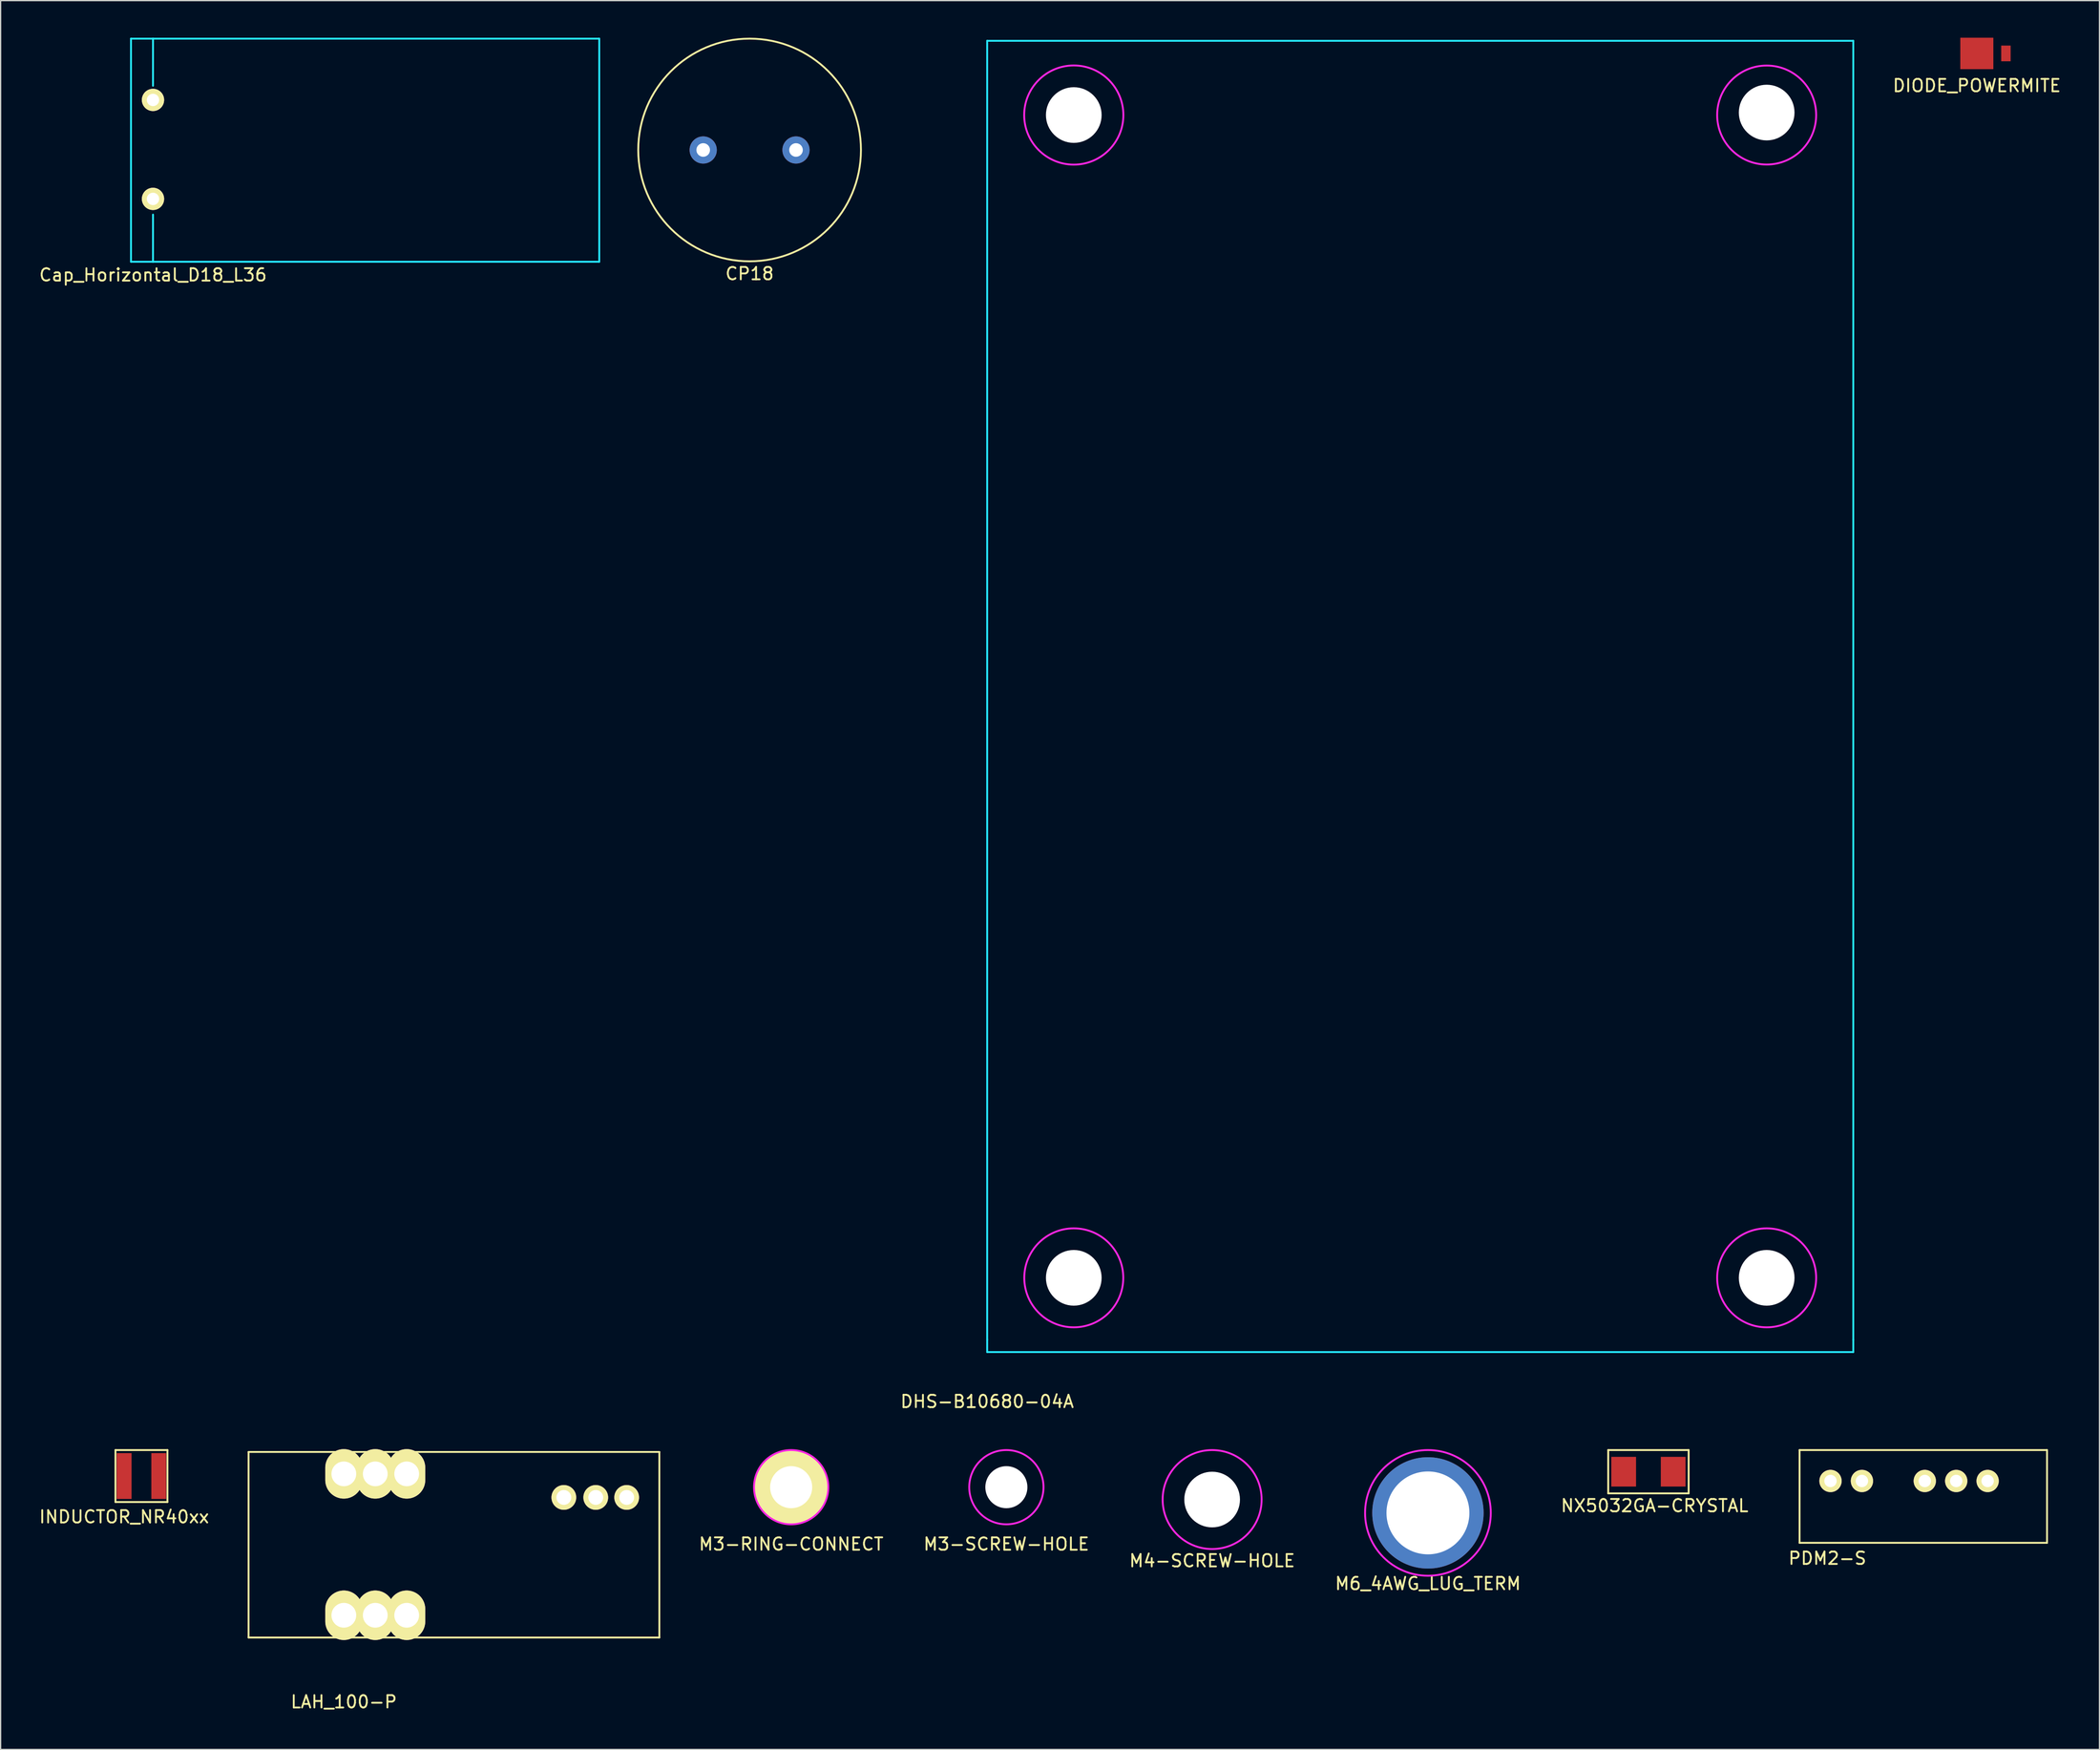
<source format=kicad_pcb>
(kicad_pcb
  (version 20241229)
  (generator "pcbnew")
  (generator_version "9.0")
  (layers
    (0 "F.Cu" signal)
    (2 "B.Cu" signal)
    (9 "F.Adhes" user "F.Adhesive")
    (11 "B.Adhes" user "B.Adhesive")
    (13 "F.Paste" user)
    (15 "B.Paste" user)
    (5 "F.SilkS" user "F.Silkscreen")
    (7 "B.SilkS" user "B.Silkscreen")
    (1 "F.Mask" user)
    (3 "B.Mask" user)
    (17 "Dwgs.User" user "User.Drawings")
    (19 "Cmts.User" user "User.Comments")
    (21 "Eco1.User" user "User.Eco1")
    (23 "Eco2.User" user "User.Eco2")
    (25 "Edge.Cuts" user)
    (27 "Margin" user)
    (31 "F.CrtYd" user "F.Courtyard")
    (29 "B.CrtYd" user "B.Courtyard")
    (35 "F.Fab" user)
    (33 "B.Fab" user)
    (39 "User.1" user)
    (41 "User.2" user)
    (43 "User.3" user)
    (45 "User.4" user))
  (footprint "CP18"
    (layer "F.Cu")
    (at 57.533 9.075)
    (property "Reference" "CP18" (at 0 10 0) (layer "F.SilkS") (effects (font (size 1 1) (thickness 0.15))))
    (attr through_hole)
    (fp_circle (center 0 0) (end 9 0) (stroke (width 0.15) (type solid)) (fill no) (layer "F.SilkS"))
    (pad "1" thru_hole circle (at 3.75 0) (size 2.2 2.2) (drill 1.1) (layers "*.Cu" "*.Mask"))
    (pad "2" thru_hole circle (at -3.75 0) (size 2.2 2.2) (drill 1.1) (layers "*.Cu" "*.Mask")))
  (footprint "PDM2-S"
    (layer "F.Cu")
    (at 144.892 116.673)
    (property "Reference" "PDM2-S" (at -0.25 6.25 0) (layer "F.SilkS") (effects (font (size 1 1) (thickness 0.15))))
    (attr through_hole)
    (fp_line (start -2.5 -2.5) (end 17.5 -2.5) (stroke (width 0.15) (type solid)) (layer "F.SilkS"))
    (fp_line (start -2.5 5) (end -2.5 -2.5) (stroke (width 0.15) (type solid)) (layer "F.SilkS"))
    (fp_line (start 17.5 -2.5) (end 17.5 5) (stroke (width 0.15) (type solid)) (layer "F.SilkS"))
    (fp_line (start 17.5 5) (end -2.5 5) (stroke (width 0.15) (type solid)) (layer "F.SilkS"))
    (pad "1" thru_hole circle (at 0 0) (size 1.8 1.8) (drill 1) (layers "*.Cu" "*.Mask" "F.SilkS"))
    (pad "2" thru_hole circle (at 2.54 0) (size 1.8 1.8) (drill 1) (layers "*.Cu" "*.Mask" "F.SilkS"))
    (pad "4" thru_hole circle (at 7.62 0) (size 1.8 1.8) (drill 1) (layers "*.Cu" "*.Mask" "F.SilkS"))
    (pad "5" thru_hole circle (at 10.16 0) (size 1.8 1.8) (drill 1) (layers "*.Cu" "*.Mask" "F.SilkS"))
    (pad "6" thru_hole circle (at 12.7 0) (size 1.8 1.8) (drill 1) (layers "*.Cu" "*.Mask" "F.SilkS")))
  (footprint "NX5032GA-CRYSTAL"
    (layer "F.Cu")
    (at 130.177 115.923)
    (property "Reference" "NX5032GA-CRYSTAL" (at 0.5 2.75 0) (layer "F.SilkS") (effects (font (size 1 1) (thickness 0.15))))
    (attr through_hole)
    (fp_line (start -3.25 -1.75) (end 3.25 -1.75) (stroke (width 0.15) (type solid)) (layer "F.SilkS"))
    (fp_line (start -3.25 1.75) (end -3.25 -1.75) (stroke (width 0.15) (type solid)) (layer "F.SilkS"))
    (fp_line (start 3.25 -1.75) (end 3.25 1.75) (stroke (width 0.15) (type solid)) (layer "F.SilkS"))
    (fp_line (start 3.25 1.75) (end -3.25 1.75) (stroke (width 0.15) (type solid)) (layer "F.SilkS"))
    (pad "1" smd rect (at 2 0) (size 2 2.4) (layers "F.Cu" "F.Mask" "F.Paste"))
    (pad "2" smd rect (at -2 0) (size 2 2.4) (layers "F.Cu" "F.Mask" "F.Paste")))
  (footprint "Cap_Horizontal_D18_L36"
    (layer "F.Cu")
    (at 9.315 13.029)
    (property "Reference" "Cap_Horizontal_D18_L36" (at 0 6.15 0) (layer "F.SilkS") (effects (font (size 1 1) (thickness 0.15))))
    (attr through_hole)
    (fp_line (start -1.778 -12.954) (end 0 -12.954) (stroke (width 0.15) (type solid)) (layer "B.CrtYd"))
    (fp_line (start -1.778 5.08) (end -1.778 -12.954) (stroke (width 0.15) (type solid)) (layer "B.CrtYd"))
    (fp_line (start 0 -12.954) (end 0 -9.144) (stroke (width 0.15) (type solid)) (layer "B.CrtYd"))
    (fp_line (start 0 5.08) (end -1.778 5.08) (stroke (width 0.15) (type solid)) (layer "B.CrtYd"))
    (fp_line (start 0 5.08) (end 0 1.27) (stroke (width 0.15) (type solid)) (layer "B.CrtYd"))
    (fp_line (start 0 5.08) (end 36.068 5.08) (stroke (width 0.15) (type solid)) (layer "B.CrtYd"))
    (fp_line (start 36.068 -12.954) (end 0 -12.954) (stroke (width 0.15) (type solid)) (layer "B.CrtYd"))
    (fp_line (start 36.068 5.08) (end 36.068 -12.954) (stroke (width 0.15) (type solid)) (layer "B.CrtYd"))
    (pad "1" thru_hole circle (at 0 0) (size 1.8 1.8) (drill 1) (layers "*.Cu" "*.Mask" "F.SilkS"))
    (pad "2" thru_hole circle (at 0 -8) (size 1.8 1.8) (drill 1) (layers "*.Cu" "*.Mask" "F.SilkS")))
  (footprint "LAH_100-P"
    (layer "F.Cu")
    (at 24.739 127.528)
    (property "Reference" "LAH_100-P" (at 0 7 0) (layer "F.SilkS") (effects (font (size 1 1) (thickness 0.15))))
    (attr through_hole)
    (fp_line (start -7.7 1.8) (end -7.7 -13.2) (stroke (width 0.15) (type solid)) (layer "F.SilkS"))
    (fp_line (start 25.5 -13.2) (end -7.7 -13.2) (stroke (width 0.15) (type solid)) (layer "F.SilkS"))
    (fp_line (start 25.5 1.8) (end -7.7 1.8) (stroke (width 0.15) (type solid)) (layer "F.SilkS"))
    (fp_line (start 25.5 1.8) (end 25.5 -13.2) (stroke (width 0.15) (type solid)) (layer "F.SilkS"))
    (pad "1" thru_hole oval (at 0 0) (size 3 4) (drill 2) (layers "*.Cu" "*.Mask" "F.SilkS"))
    (pad "1" thru_hole oval (at 2.54 0) (size 3 4) (drill 2) (layers "*.Cu" "*.Mask" "F.SilkS"))
    (pad "1" thru_hole oval (at 5.08 0) (size 3 4) (drill 2) (layers "*.Cu" "*.Mask" "F.SilkS"))
    (pad "2" thru_hole oval (at 0 -11.43) (size 3 4) (drill 2) (layers "*.Cu" "*.Mask" "F.SilkS"))
    (pad "2" thru_hole oval (at 2.54 -11.43) (size 3 4) (drill 2) (layers "*.Cu" "*.Mask" "F.SilkS"))
    (pad "2" thru_hole oval (at 5.08 -11.43) (size 3 4) (drill 2) (layers "*.Cu" "*.Mask" "F.SilkS"))
    (pad "3" thru_hole circle (at 17.78 -9.525) (size 2 2) (drill 1.2) (layers "*.Cu" "*.Mask" "F.SilkS"))
    (pad "4" thru_hole circle (at 20.36 -9.525) (size 2 2) (drill 1.2) (layers "*.Cu" "*.Mask" "F.SilkS"))
    (pad "5" thru_hole circle (at 22.86 -9.525) (size 2 2) (drill 1.2) (layers "*.Cu" "*.Mask" "F.SilkS")))
  (footprint "M3-SCREW-HOLE"
    (layer "F.Cu")
    (at 78.285 117.175)
    (property "Reference" "M3-SCREW-HOLE" (at 0 4.6 0) (layer "F.SilkS") (effects (font (size 1 1) (thickness 0.15))))
    (attr through_hole)
    (fp_circle (center 0 0) (end 3 0.1) (stroke (width 0.15) (type solid)) (fill no) (layer "F.CrtYd"))
    (pad "" np_thru_hole circle (at 0 0) (size 3.4 3.4) (drill 3.4) (layers "*.Cu" "*.Mask")))
  (footprint "M4-SCREW-HOLE"
    (layer "F.Cu")
    (at 94.915 118.174)
    (property "Reference" "M4-SCREW-HOLE" (at 0 4.95 0) (layer "F.SilkS") (effects (font (size 1 1) (thickness 0.15))))
    (attr through_hole)
    (fp_circle (center 0 0) (end 4 0.05) (stroke (width 0.15) (type solid)) (fill no) (layer "F.CrtYd"))
    (pad "" np_thru_hole circle (at 0 0) (size 4.5 4.5) (drill 4.5) (layers "*.Cu" "*.Mask")))
  (footprint "DHS-B10680-04A"
    (layer "F.Cu")
    (at 76.733 0.25)
    (property "Reference" "DHS-B10680-04A" (at 0 110 0) (layer "F.SilkS") (effects (font (size 1 1) (thickness 0.15))))
    (attr through_hole)
    (fp_line (start 0 0) (end 70 0) (stroke (width 0.15) (type solid)) (layer "B.CrtYd"))
    (fp_line (start 0 105) (end 0 0) (stroke (width 0.15) (type solid)) (layer "B.CrtYd"))
    (fp_line (start 0 105) (end 0 106) (stroke (width 0.15) (type solid)) (layer "B.CrtYd"))
    (fp_line (start 70 0) (end 70 105) (stroke (width 0.15) (type solid)) (layer "B.CrtYd"))
    (fp_line (start 70 105) (end 70 106) (stroke (width 0.15) (type solid)) (layer "B.CrtYd"))
    (fp_line (start 70 106) (end 0 106) (stroke (width 0.15) (type solid)) (layer "B.CrtYd"))
    (fp_circle (center 7 6) (end 11 6.25) (stroke (width 0.15) (type solid)) (fill no) (layer "F.CrtYd"))
    (fp_circle (center 7 100) (end 11 100) (stroke (width 0.15) (type solid)) (fill no) (layer "F.CrtYd"))
    (fp_circle (center 63 6) (end 67 6.05) (stroke (width 0.15) (type solid)) (fill no) (layer "F.CrtYd"))
    (fp_circle (center 63 100) (end 59 100) (stroke (width 0.15) (type solid)) (fill no) (layer "F.CrtYd"))
    (pad "" np_thru_hole circle (at 7 6) (size 4.5 4.5) (drill 4.5) (layers "*.Cu" "*.Mask"))
    (pad "" np_thru_hole circle (at 7 100) (size 4.5 4.5) (drill 4.5) (layers "*.Cu" "*.Mask"))
    (pad "" np_thru_hole circle (at 63 5.8) (size 4.5 4.5) (drill 4.5) (layers "*.Cu" "*.Mask"))
    (pad "" np_thru_hole circle (at 63 100) (size 4.5 4.5) (drill 4.5) (layers "*.Cu" "*.Mask")))
  (footprint "M6_4AWG_LUG_TERM"
    (layer "F.Cu")
    (at 112.356 119.253)
    (property "Reference" "M6_4AWG_LUG_TERM" (at 0 5.715 0) (layer "F.SilkS") (effects (font (size 1 1) (thickness 0.15))))
    (attr through_hole)
    (fp_circle (center 0 0) (end 5.08 0) (stroke (width 0.15) (type solid)) (fill no) (layer "F.CrtYd"))
    (pad "1" thru_hole circle (at 0 0) (size 9 9) (drill 6.7) (layers "*.Cu" "*.Mask")))
  (footprint "INDUCTOR_NR40xx"
    (layer "F.Cu")
    (at 6.982 116.273)
    (property "Reference" "INDUCTOR_NR40xx" (at 0 3.3 0) (layer "F.SilkS") (effects (font (size 1 1) (thickness 0.15))))
    (attr through_hole)
    (fp_line (start -0.7 -2.1) (end 3.5 -2.1) (stroke (width 0.15) (type solid)) (layer "F.SilkS"))
    (fp_line (start -0.7 2.1) (end -0.7 -2.1) (stroke (width 0.15) (type solid)) (layer "F.SilkS"))
    (fp_line (start 3.5 -2.1) (end 3.5 2.1) (stroke (width 0.15) (type solid)) (layer "F.SilkS"))
    (fp_line (start 3.5 2.1) (end -0.7 2.1) (stroke (width 0.15) (type solid)) (layer "F.SilkS"))
    (pad "1" smd rect (at 0 0) (size 1.2 3.7) (layers "F.Cu" "F.Mask" "F.Paste"))
    (pad "2" smd rect (at 2.8 0) (size 1.2 3.7) (layers "F.Cu" "F.Mask" "F.Paste")))
  (footprint "M3-RING-CONNECT"
    (layer "F.Cu")
    (at 60.892 117.175)
    (property "Reference" "M3-RING-CONNECT" (at 0 4.6 0) (layer "F.SilkS") (effects (font (size 1 1) (thickness 0.15))))
    (attr through_hole)
    (fp_circle (center 0 0) (end 3 0.1) (stroke (width 0.15) (type solid)) (fill no) (layer "F.CrtYd"))
    (pad "1" thru_hole circle (at 0 0) (size 6 6) (drill 3.4) (layers "*.Cu" "*.Mask" "F.SilkS")))
  (footprint "DIODE_POWERMITE"
    (layer "F.Cu")
    (at 156.719 1.27)
    (property "Reference" "DIODE_POWERMITE" (at 0 2.603 0) (layer "F.SilkS") (effects (font (size 1 1) (thickness 0.15))))
    (attr through_hole)
    (pad "1" smd rect (at 0 0) (size 2.67 2.54) (layers "F.Cu" "F.Mask" "F.Paste"))
    (pad "2" smd rect (at 2.35 0) (size 0.762 1.27) (layers "F.Cu" "F.Mask" "F.Paste")))
  (gr_rect
    (start -3 -3)
    (end 166.63 138.376)
    (stroke (width 0.1) (type default))
    (fill no)
    (layer "Edge.Cuts")))
</source>
